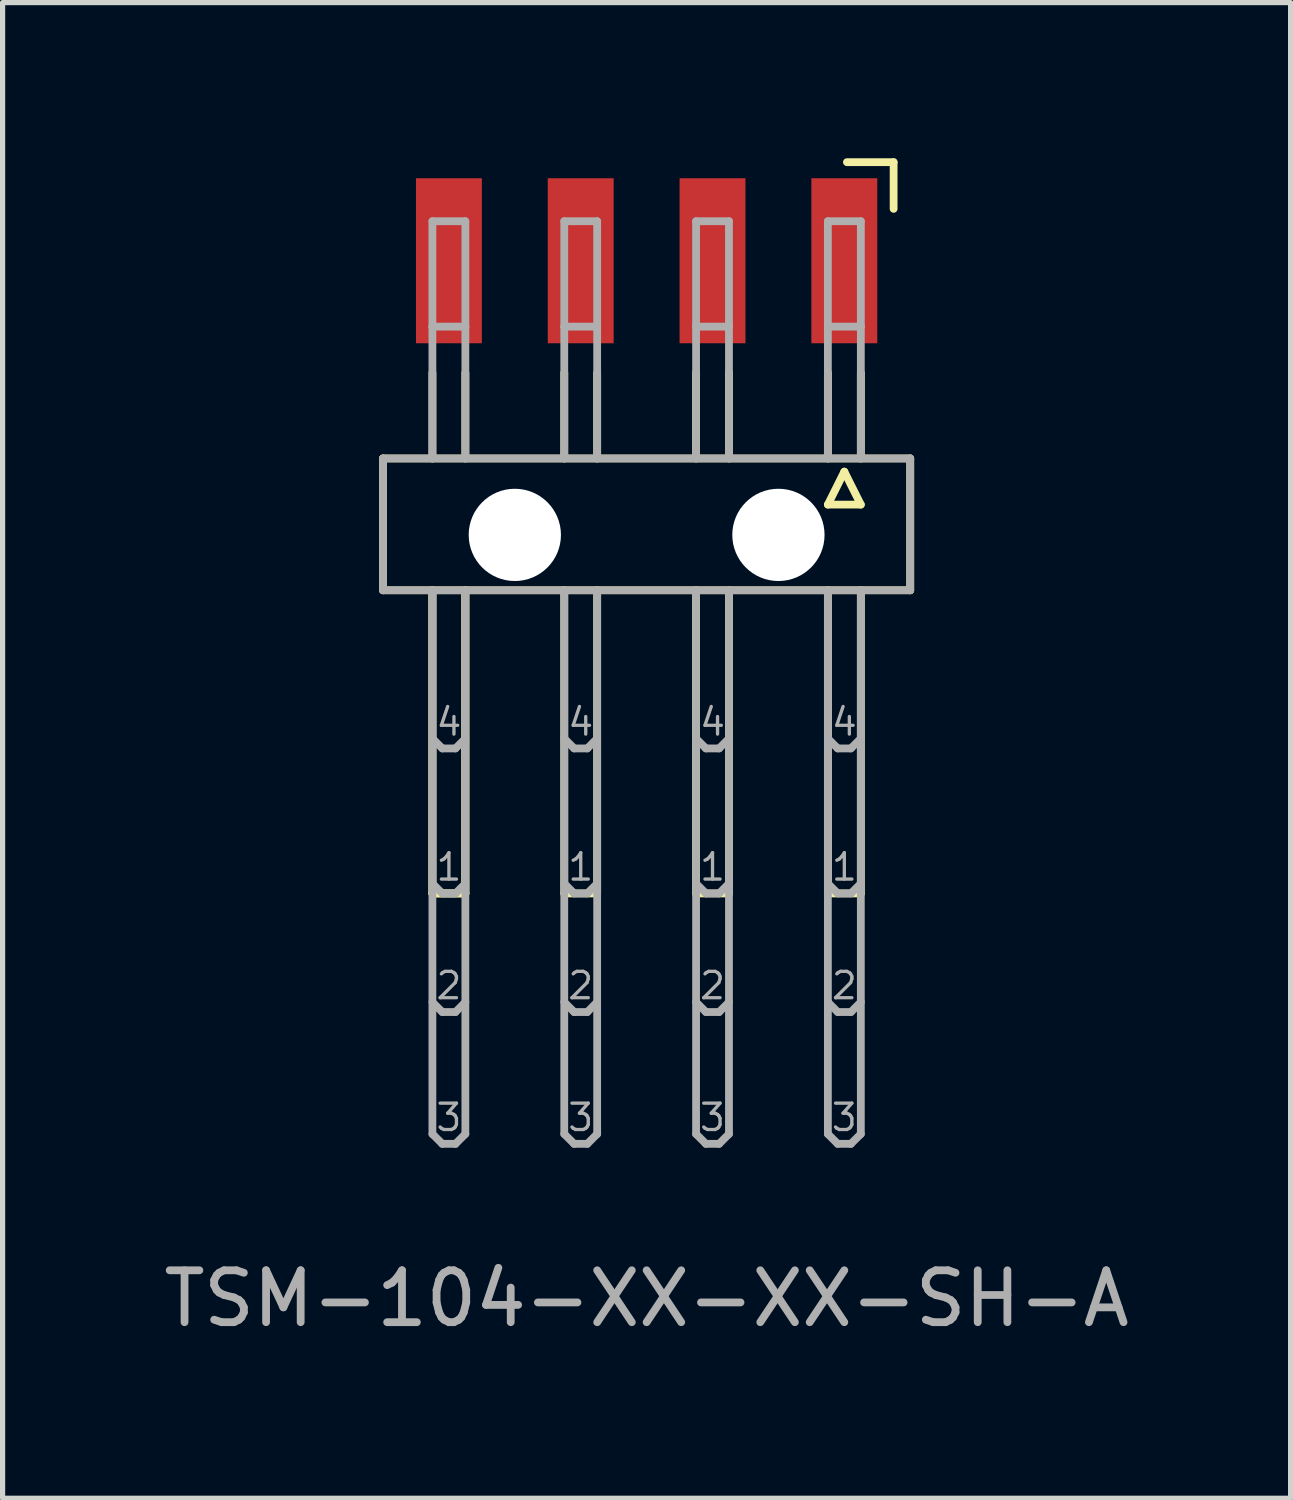
<source format=kicad_pcb>
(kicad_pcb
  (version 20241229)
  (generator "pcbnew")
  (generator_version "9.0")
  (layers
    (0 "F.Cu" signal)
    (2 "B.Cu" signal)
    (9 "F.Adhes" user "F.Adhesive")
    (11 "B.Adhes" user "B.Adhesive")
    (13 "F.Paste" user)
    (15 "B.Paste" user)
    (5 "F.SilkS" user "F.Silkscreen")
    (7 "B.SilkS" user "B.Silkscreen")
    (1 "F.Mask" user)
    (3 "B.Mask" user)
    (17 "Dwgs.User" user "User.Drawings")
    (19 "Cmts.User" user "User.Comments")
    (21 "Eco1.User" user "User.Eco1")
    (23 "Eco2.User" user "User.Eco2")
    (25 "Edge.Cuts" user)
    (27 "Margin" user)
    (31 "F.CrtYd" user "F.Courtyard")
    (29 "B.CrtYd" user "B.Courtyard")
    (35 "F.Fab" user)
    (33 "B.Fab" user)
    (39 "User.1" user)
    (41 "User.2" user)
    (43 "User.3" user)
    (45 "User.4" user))
  (footprint "TSM-104-XX-XX-SH-A"
    (layer "F.Cu")
    (at 9.411 6.975)
    (property "Reference" "TSM-104-XX-XX-SH-A" (at 0 15 0) (layer "F.Fab") (effects (font (size 1 1) (thickness 0.15))))
    (attr smd)
    (fp_line (start -5.08 -1.19) (end 5.08 -1.19) (stroke (width 0.15) (type solid)) (layer "F.SilkS"))
    (fp_line (start -5.08 1.35) (end -5.08 -1.19) (stroke (width 0.15) (type solid)) (layer "F.SilkS"))
    (fp_line (start -4.128 -2.841) (end -4.128 -1.19) (stroke (width 0.15) (type solid)) (layer "F.SilkS"))
    (fp_line (start -4.128 1.35) (end -4.128 7.192) (stroke (width 0.15) (type solid)) (layer "F.SilkS"))
    (fp_line (start -4.128 1.35) (end -4.128 7.192) (stroke (width 0.15) (type solid)) (layer "F.SilkS"))
    (fp_line (start -4.128 7.192) (end -3.493 7.192) (stroke (width 0.15) (type solid)) (layer "F.SilkS"))
    (fp_line (start -4.128 7.192) (end -3.493 7.192) (stroke (width 0.15) (type solid)) (layer "F.SilkS"))
    (fp_line (start -3.493 -1.19) (end -3.493 -2.841) (stroke (width 0.15) (type solid)) (layer "F.SilkS"))
    (fp_line (start -3.493 7.192) (end -3.493 1.35) (stroke (width 0.15) (type solid)) (layer "F.SilkS"))
    (fp_line (start -3.493 7.192) (end -3.493 1.35) (stroke (width 0.15) (type solid)) (layer "F.SilkS"))
    (fp_line (start -1.587 -2.841) (end -1.587 -1.19) (stroke (width 0.15) (type solid)) (layer "F.SilkS"))
    (fp_line (start -1.587 1.35) (end -1.587 7.192) (stroke (width 0.15) (type solid)) (layer "F.SilkS"))
    (fp_line (start -1.587 7.192) (end -0.953 7.192) (stroke (width 0.15) (type solid)) (layer "F.SilkS"))
    (fp_line (start -0.953 -1.19) (end -0.953 -2.841) (stroke (width 0.15) (type solid)) (layer "F.SilkS"))
    (fp_line (start -0.953 7.192) (end -0.953 1.35) (stroke (width 0.15) (type solid)) (layer "F.SilkS"))
    (fp_line (start 0.953 -2.841) (end 0.953 -1.19) (stroke (width 0.15) (type solid)) (layer "F.SilkS"))
    (fp_line (start 0.953 1.35) (end 0.953 7.192) (stroke (width 0.15) (type solid)) (layer "F.SilkS"))
    (fp_line (start 0.953 7.192) (end 1.587 7.192) (stroke (width 0.15) (type solid)) (layer "F.SilkS"))
    (fp_line (start 1.587 -1.19) (end 1.587 -2.841) (stroke (width 0.15) (type solid)) (layer "F.SilkS"))
    (fp_line (start 1.587 7.192) (end 1.587 1.35) (stroke (width 0.15) (type solid)) (layer "F.SilkS"))
    (fp_line (start 3.493 -2.841) (end 3.493 -1.19) (stroke (width 0.15) (type solid)) (layer "F.SilkS"))
    (fp_line (start 3.493 -0.301) (end 4.128 -0.301) (stroke (width 0.15) (type solid)) (layer "F.SilkS"))
    (fp_line (start 3.493 1.35) (end 3.493 7.192) (stroke (width 0.15) (type solid)) (layer "F.SilkS"))
    (fp_line (start 3.493 7.192) (end 4.128 7.192) (stroke (width 0.15) (type solid)) (layer "F.SilkS"))
    (fp_line (start 3.81 -0.936) (end 3.493 -0.301) (stroke (width 0.15) (type solid)) (layer "F.SilkS"))
    (fp_line (start 3.86 -6.9) (end 4.76 -6.9) (stroke (width 0.15) (type solid)) (layer "F.SilkS"))
    (fp_line (start 4.128 -1.19) (end 4.128 -2.841) (stroke (width 0.15) (type solid)) (layer "F.SilkS"))
    (fp_line (start 4.128 -0.301) (end 3.81 -0.936) (stroke (width 0.15) (type solid)) (layer "F.SilkS"))
    (fp_line (start 4.128 7.192) (end 4.128 1.35) (stroke (width 0.15) (type solid)) (layer "F.SilkS"))
    (fp_line (start 4.76 -6.9) (end 4.76 -6) (stroke (width 0.15) (type solid)) (layer "F.SilkS"))
    (fp_line (start 5.08 -1.19) (end 5.08 1.35) (stroke (width 0.15) (type solid)) (layer "F.SilkS"))
    (fp_line (start 5.08 1.35) (end -5.08 1.35) (stroke (width 0.15) (type solid)) (layer "F.SilkS"))
    (fp_line (start -5.08 -1.19) (end 5.08 -1.19) (stroke (width 0.15) (type solid)) (layer "F.Fab"))
    (fp_line (start -5.08 1.35) (end -5.08 -1.19) (stroke (width 0.15) (type solid)) (layer "F.Fab"))
    (fp_line (start -4.128 -5.762) (end -3.493 -5.762) (stroke (width 0.15) (type solid)) (layer "F.Fab"))
    (fp_line (start -4.128 -3.73) (end -4.128 -5.762) (stroke (width 0.15) (type solid)) (layer "F.Fab"))
    (fp_line (start -4.128 -3.73) (end -4.128 -1.19) (stroke (width 0.15) (type solid)) (layer "F.Fab"))
    (fp_line (start -4.128 1.35) (end -4.128 11.828) (stroke (width 0.15) (type solid)) (layer "F.Fab"))
    (fp_line (start -4.128 4.207) (end -3.937 4.398) (stroke (width 0.15) (type solid)) (layer "F.Fab"))
    (fp_line (start -4.128 7.002) (end -3.937 7.192) (stroke (width 0.15) (type solid)) (layer "F.Fab"))
    (fp_line (start -4.128 9.287) (end -3.937 9.478) (stroke (width 0.15) (type solid)) (layer "F.Fab"))
    (fp_line (start -4.128 11.828) (end -3.937 12.018) (stroke (width 0.15) (type solid)) (layer "F.Fab"))
    (fp_line (start -3.937 4.398) (end -3.683 4.398) (stroke (width 0.15) (type solid)) (layer "F.Fab"))
    (fp_line (start -3.937 7.192) (end -3.683 7.192) (stroke (width 0.15) (type solid)) (layer "F.Fab"))
    (fp_line (start -3.937 9.478) (end -3.683 9.478) (stroke (width 0.15) (type solid)) (layer "F.Fab"))
    (fp_line (start -3.937 12.018) (end -3.683 12.018) (stroke (width 0.15) (type solid)) (layer "F.Fab"))
    (fp_line (start -3.683 4.398) (end -3.493 4.207) (stroke (width 0.15) (type solid)) (layer "F.Fab"))
    (fp_line (start -3.683 7.192) (end -3.493 7.002) (stroke (width 0.15) (type solid)) (layer "F.Fab"))
    (fp_line (start -3.683 9.478) (end -3.493 9.287) (stroke (width 0.15) (type solid)) (layer "F.Fab"))
    (fp_line (start -3.683 12.018) (end -3.493 11.828) (stroke (width 0.15) (type solid)) (layer "F.Fab"))
    (fp_line (start -3.493 -5.762) (end -3.493 -3.73) (stroke (width 0.15) (type solid)) (layer "F.Fab"))
    (fp_line (start -3.493 -3.73) (end -4.128 -3.73) (stroke (width 0.15) (type solid)) (layer "F.Fab"))
    (fp_line (start -3.493 -3.73) (end -3.493 -1.19) (stroke (width 0.15) (type solid)) (layer "F.Fab"))
    (fp_line (start -3.493 11.828) (end -3.493 1.35) (stroke (width 0.15) (type solid)) (layer "F.Fab"))
    (fp_line (start -1.587 -5.762) (end -0.953 -5.762) (stroke (width 0.15) (type solid)) (layer "F.Fab"))
    (fp_line (start -1.587 -3.73) (end -1.587 -5.762) (stroke (width 0.15) (type solid)) (layer "F.Fab"))
    (fp_line (start -1.587 -3.73) (end -1.587 -1.19) (stroke (width 0.15) (type solid)) (layer "F.Fab"))
    (fp_line (start -1.587 1.35) (end -1.587 11.828) (stroke (width 0.15) (type solid)) (layer "F.Fab"))
    (fp_line (start -1.587 4.207) (end -1.397 4.398) (stroke (width 0.15) (type solid)) (layer "F.Fab"))
    (fp_line (start -1.587 7.002) (end -1.397 7.192) (stroke (width 0.15) (type solid)) (layer "F.Fab"))
    (fp_line (start -1.587 9.287) (end -1.397 9.478) (stroke (width 0.15) (type solid)) (layer "F.Fab"))
    (fp_line (start -1.587 11.828) (end -1.397 12.018) (stroke (width 0.15) (type solid)) (layer "F.Fab"))
    (fp_line (start -1.397 4.398) (end -1.143 4.398) (stroke (width 0.15) (type solid)) (layer "F.Fab"))
    (fp_line (start -1.397 7.192) (end -1.143 7.192) (stroke (width 0.15) (type solid)) (layer "F.Fab"))
    (fp_line (start -1.397 9.478) (end -1.143 9.478) (stroke (width 0.15) (type solid)) (layer "F.Fab"))
    (fp_line (start -1.397 12.018) (end -1.143 12.018) (stroke (width 0.15) (type solid)) (layer "F.Fab"))
    (fp_line (start -1.143 4.398) (end -0.953 4.207) (stroke (width 0.15) (type solid)) (layer "F.Fab"))
    (fp_line (start -1.143 7.192) (end -0.953 7.002) (stroke (width 0.15) (type solid)) (layer "F.Fab"))
    (fp_line (start -1.143 9.478) (end -0.953 9.287) (stroke (width 0.15) (type solid)) (layer "F.Fab"))
    (fp_line (start -1.143 12.018) (end -0.953 11.828) (stroke (width 0.15) (type solid)) (layer "F.Fab"))
    (fp_line (start -0.953 -5.762) (end -0.953 -3.73) (stroke (width 0.15) (type solid)) (layer "F.Fab"))
    (fp_line (start -0.953 -3.73) (end -1.587 -3.73) (stroke (width 0.15) (type solid)) (layer "F.Fab"))
    (fp_line (start -0.953 -3.73) (end -0.953 -1.19) (stroke (width 0.15) (type solid)) (layer "F.Fab"))
    (fp_line (start -0.953 11.828) (end -0.953 1.35) (stroke (width 0.15) (type solid)) (layer "F.Fab"))
    (fp_line (start 0.953 -5.762) (end 1.587 -5.762) (stroke (width 0.15) (type solid)) (layer "F.Fab"))
    (fp_line (start 0.953 -3.73) (end 0.953 -5.762) (stroke (width 0.15) (type solid)) (layer "F.Fab"))
    (fp_line (start 0.953 -3.73) (end 0.953 -1.19) (stroke (width 0.15) (type solid)) (layer "F.Fab"))
    (fp_line (start 0.953 1.35) (end 0.953 11.828) (stroke (width 0.15) (type solid)) (layer "F.Fab"))
    (fp_line (start 0.953 4.207) (end 1.143 4.398) (stroke (width 0.15) (type solid)) (layer "F.Fab"))
    (fp_line (start 0.953 7.002) (end 1.143 7.192) (stroke (width 0.15) (type solid)) (layer "F.Fab"))
    (fp_line (start 0.953 9.287) (end 1.143 9.478) (stroke (width 0.15) (type solid)) (layer "F.Fab"))
    (fp_line (start 0.953 11.828) (end 1.143 12.018) (stroke (width 0.15) (type solid)) (layer "F.Fab"))
    (fp_line (start 1.143 4.398) (end 1.397 4.398) (stroke (width 0.15) (type solid)) (layer "F.Fab"))
    (fp_line (start 1.143 7.192) (end 1.397 7.192) (stroke (width 0.15) (type solid)) (layer "F.Fab"))
    (fp_line (start 1.143 9.478) (end 1.397 9.478) (stroke (width 0.15) (type solid)) (layer "F.Fab"))
    (fp_line (start 1.143 12.018) (end 1.397 12.018) (stroke (width 0.15) (type solid)) (layer "F.Fab"))
    (fp_line (start 1.397 4.398) (end 1.587 4.207) (stroke (width 0.15) (type solid)) (layer "F.Fab"))
    (fp_line (start 1.397 7.192) (end 1.587 7.002) (stroke (width 0.15) (type solid)) (layer "F.Fab"))
    (fp_line (start 1.397 9.478) (end 1.587 9.287) (stroke (width 0.15) (type solid)) (layer "F.Fab"))
    (fp_line (start 1.397 12.018) (end 1.587 11.828) (stroke (width 0.15) (type solid)) (layer "F.Fab"))
    (fp_line (start 1.587 -5.762) (end 1.587 -3.73) (stroke (width 0.15) (type solid)) (layer "F.Fab"))
    (fp_line (start 1.587 -3.73) (end 0.953 -3.73) (stroke (width 0.15) (type solid)) (layer "F.Fab"))
    (fp_line (start 1.587 -3.73) (end 1.587 -1.19) (stroke (width 0.15) (type solid)) (layer "F.Fab"))
    (fp_line (start 1.587 11.828) (end 1.587 1.35) (stroke (width 0.15) (type solid)) (layer "F.Fab"))
    (fp_line (start 3.493 -5.762) (end 4.128 -5.762) (stroke (width 0.15) (type solid)) (layer "F.Fab"))
    (fp_line (start 3.493 -3.73) (end 3.493 -5.762) (stroke (width 0.15) (type solid)) (layer "F.Fab"))
    (fp_line (start 3.493 -3.73) (end 3.493 -1.19) (stroke (width 0.15) (type solid)) (layer "F.Fab"))
    (fp_line (start 3.493 1.35) (end 3.493 11.828) (stroke (width 0.15) (type solid)) (layer "F.Fab"))
    (fp_line (start 3.493 4.207) (end 3.683 4.398) (stroke (width 0.15) (type solid)) (layer "F.Fab"))
    (fp_line (start 3.493 7.002) (end 3.683 7.192) (stroke (width 0.15) (type solid)) (layer "F.Fab"))
    (fp_line (start 3.493 9.287) (end 3.683 9.478) (stroke (width 0.15) (type solid)) (layer "F.Fab"))
    (fp_line (start 3.493 11.828) (end 3.683 12.018) (stroke (width 0.15) (type solid)) (layer "F.Fab"))
    (fp_line (start 3.683 4.398) (end 3.937 4.398) (stroke (width 0.15) (type solid)) (layer "F.Fab"))
    (fp_line (start 3.683 7.192) (end 3.937 7.192) (stroke (width 0.15) (type solid)) (layer "F.Fab"))
    (fp_line (start 3.683 9.478) (end 3.937 9.478) (stroke (width 0.15) (type solid)) (layer "F.Fab"))
    (fp_line (start 3.683 12.018) (end 3.937 12.018) (stroke (width 0.15) (type solid)) (layer "F.Fab"))
    (fp_line (start 3.937 4.398) (end 4.128 4.207) (stroke (width 0.15) (type solid)) (layer "F.Fab"))
    (fp_line (start 3.937 7.192) (end 4.128 7.002) (stroke (width 0.15) (type solid)) (layer "F.Fab"))
    (fp_line (start 3.937 9.478) (end 4.128 9.287) (stroke (width 0.15) (type solid)) (layer "F.Fab"))
    (fp_line (start 3.937 12.018) (end 4.128 11.828) (stroke (width 0.15) (type solid)) (layer "F.Fab"))
    (fp_line (start 4.128 -5.762) (end 4.128 -3.73) (stroke (width 0.15) (type solid)) (layer "F.Fab"))
    (fp_line (start 4.128 -3.73) (end 3.493 -3.73) (stroke (width 0.15) (type solid)) (layer "F.Fab"))
    (fp_line (start 4.128 -3.73) (end 4.128 -1.19) (stroke (width 0.15) (type solid)) (layer "F.Fab"))
    (fp_line (start 4.128 11.828) (end 4.128 1.35) (stroke (width 0.15) (type solid)) (layer "F.Fab"))
    (fp_line (start 5.08 -1.19) (end 5.08 1.35) (stroke (width 0.15) (type solid)) (layer "F.Fab"))
    (fp_line (start 5.08 1.35) (end -5.08 1.35) (stroke (width 0.15) (type solid)) (layer "F.Fab"))
    (fp_text user "2" (at -1.27 8.97 0) (layer "F.Fab") (effects (font (size 0.508 0.508) (thickness 0.064))))
    (fp_text user "4" (at 1.27 3.89 0) (layer "F.Fab") (effects (font (size 0.508 0.508) (thickness 0.064))))
    (fp_text user "4" (at 3.81 3.89 0) (layer "F.Fab") (effects (font (size 0.508 0.508) (thickness 0.064))))
    (fp_text user "2" (at 3.81 8.97 0) (layer "F.Fab") (effects (font (size 0.508 0.508) (thickness 0.064))))
    (fp_text user "1" (at 3.81 6.684 0) (layer "F.Fab") (effects (font (size 0.508 0.508) (thickness 0.064))))
    (fp_text user "2" (at 1.27 8.97 0) (layer "F.Fab") (effects (font (size 0.508 0.508) (thickness 0.064))))
    (fp_text user "3" (at 3.81 11.51 0) (layer "F.Fab") (effects (font (size 0.508 0.508) (thickness 0.064))))
    (fp_text user "3" (at 1.27 11.51 0) (layer "F.Fab") (effects (font (size 0.508 0.508) (thickness 0.064))))
    (fp_text user "3" (at -1.27 11.51 0) (layer "F.Fab") (effects (font (size 0.508 0.508) (thickness 0.064))))
    (fp_text user "1" (at 1.27 6.684 0) (layer "F.Fab") (effects (font (size 0.508 0.508) (thickness 0.064))))
    (fp_text user "1" (at -1.27 6.684 0) (layer "F.Fab") (effects (font (size 0.508 0.508) (thickness 0.064))))
    (fp_text user "3" (at -3.81 11.51 0) (layer "F.Fab") (effects (font (size 0.508 0.508) (thickness 0.064))))
    (fp_text user "2" (at -3.81 8.97 0) (layer "F.Fab") (effects (font (size 0.508 0.508) (thickness 0.064))))
    (fp_text user "4" (at -1.27 3.89 0) (layer "F.Fab") (effects (font (size 0.508 0.508) (thickness 0.064))))
    (fp_text user "1" (at -3.81 6.684 0) (layer "F.Fab") (effects (font (size 0.508 0.508) (thickness 0.064))))
    (fp_text user "4" (at -3.81 3.89 0) (layer "F.Fab") (effects (font (size 0.508 0.508) (thickness 0.064))))
    (pad "" np_thru_hole circle (at -2.54 0.283) (size 1.778 1.778) (drill 1.778) (layers "*.Cu"))
    (pad "" np_thru_hole circle (at 2.54 0.283) (size 1.778 1.778) (drill 1.778) (layers "*.Cu"))
    (pad "1" smd rect (at 3.81 -5) (size 1.27 3.18) (layers "F.Cu" "F.Mask" "F.Paste"))
    (pad "2" smd rect (at 1.27 -5) (size 1.27 3.18) (layers "F.Cu" "F.Mask" "F.Paste"))
    (pad "3" smd rect (at -1.27 -5) (size 1.27 3.18) (layers "F.Cu" "F.Mask" "F.Paste"))
    (pad "4" smd rect (at -3.81 -5) (size 1.27 3.18) (layers "F.Cu" "F.Mask" "F.Paste")))
  (gr_rect
    (start -3 -3)
    (end 21.821 25.823)
    (stroke (width 0.1) (type default))
    (fill no)
    (layer "Edge.Cuts")))
</source>
